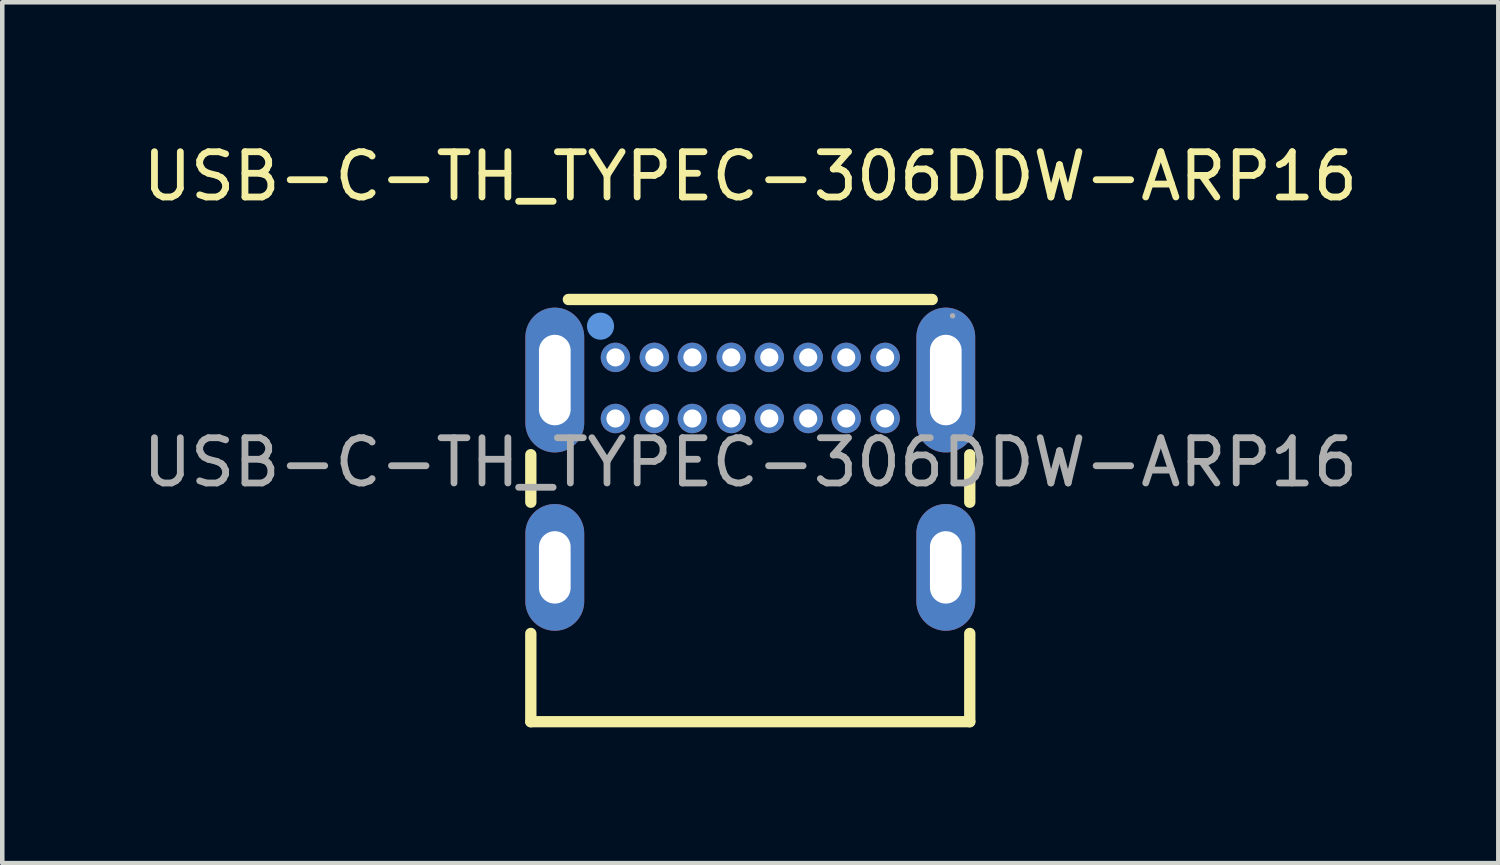
<source format=kicad_pcb>
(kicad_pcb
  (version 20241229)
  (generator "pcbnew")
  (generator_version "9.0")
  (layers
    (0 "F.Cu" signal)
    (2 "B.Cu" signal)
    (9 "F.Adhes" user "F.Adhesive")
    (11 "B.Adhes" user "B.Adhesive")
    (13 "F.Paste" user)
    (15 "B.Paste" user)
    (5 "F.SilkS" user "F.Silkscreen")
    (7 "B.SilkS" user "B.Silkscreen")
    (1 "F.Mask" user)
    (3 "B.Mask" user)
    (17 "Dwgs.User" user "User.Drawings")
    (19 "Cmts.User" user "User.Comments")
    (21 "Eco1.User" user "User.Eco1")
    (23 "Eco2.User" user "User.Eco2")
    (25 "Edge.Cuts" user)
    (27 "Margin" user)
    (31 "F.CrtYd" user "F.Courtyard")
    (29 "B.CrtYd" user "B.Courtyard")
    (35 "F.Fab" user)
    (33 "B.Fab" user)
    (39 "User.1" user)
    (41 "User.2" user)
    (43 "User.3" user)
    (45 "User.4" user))
  (footprint "USB-C-TH_TYPEC-306DDW-ARP16"
    (layer "F.Cu")
    (at 13.53 7.168)
    (property "Reference" "USB-C-TH_TYPEC-306DDW-ARP16" (at 0 -6.32 0) (layer "F.SilkS") (effects (font (size 1 1) (thickness 0.15))))
    (attr through_hole)
    (fp_line (start -4.85 0.88) (end -4.85 -0.17) (stroke (width 0.25) (type solid)) (layer "F.SilkS"))
    (fp_line (start -4.85 5.73) (end -4.85 3.78) (stroke (width 0.25) (type solid)) (layer "F.SilkS"))
    (fp_line (start -4.85 5.73) (end 4.85 5.73) (stroke (width 0.25) (type solid)) (layer "F.SilkS"))
    (fp_line (start -4.02 -3.6) (end 4.02 -3.6) (stroke (width 0.25) (type solid)) (layer "F.SilkS"))
    (fp_line (start 4.85 0.88) (end 4.85 -0.17) (stroke (width 0.25) (type solid)) (layer "F.SilkS"))
    (fp_line (start 4.85 5.73) (end 4.85 3.78) (stroke (width 0.25) (type solid)) (layer "F.SilkS"))
    (fp_circle (center -3.31 -3.01) (end -3.16 -3.01) (stroke (width 0.3) (type solid)) (fill no) (layer "Cmts.User"))
    (fp_circle (center -2.98 -2.32) (end -2.93 -2.32) (stroke (width 0.1) (type solid)) (fill no) (layer "F.Fab"))
    (fp_circle (center -2.98 -0.97) (end -2.93 -0.97) (stroke (width 0.1) (type solid)) (fill no) (layer "F.Fab"))
    (fp_circle (center -2.12 -2.32) (end -2.07 -2.32) (stroke (width 0.1) (type solid)) (fill no) (layer "F.Fab"))
    (fp_circle (center -2.12 -0.97) (end -2.07 -0.97) (stroke (width 0.1) (type solid)) (fill no) (layer "F.Fab"))
    (fp_circle (center -1.28 -2.32) (end -1.23 -2.32) (stroke (width 0.1) (type solid)) (fill no) (layer "F.Fab"))
    (fp_circle (center -1.28 -0.97) (end -1.23 -0.97) (stroke (width 0.1) (type solid)) (fill no) (layer "F.Fab"))
    (fp_circle (center -0.42 -2.32) (end -0.37 -2.32) (stroke (width 0.1) (type solid)) (fill no) (layer "F.Fab"))
    (fp_circle (center -0.42 -0.97) (end -0.37 -0.97) (stroke (width 0.1) (type solid)) (fill no) (layer "F.Fab"))
    (fp_circle (center 0.42 -2.32) (end 0.47 -2.32) (stroke (width 0.1) (type solid)) (fill no) (layer "F.Fab"))
    (fp_circle (center 0.42 -0.97) (end 0.47 -0.97) (stroke (width 0.1) (type solid)) (fill no) (layer "F.Fab"))
    (fp_circle (center 1.28 -2.32) (end 1.33 -2.32) (stroke (width 0.1) (type solid)) (fill no) (layer "F.Fab"))
    (fp_circle (center 1.28 -0.97) (end 1.33 -0.97) (stroke (width 0.1) (type solid)) (fill no) (layer "F.Fab"))
    (fp_circle (center 2.12 -2.32) (end 2.17 -2.32) (stroke (width 0.1) (type solid)) (fill no) (layer "F.Fab"))
    (fp_circle (center 2.12 -0.97) (end 2.17 -0.97) (stroke (width 0.1) (type solid)) (fill no) (layer "F.Fab"))
    (fp_circle (center 2.98 -2.32) (end 3.03 -2.32) (stroke (width 0.1) (type solid)) (fill no) (layer "F.Fab"))
    (fp_circle (center 2.98 -0.97) (end 3.03 -0.97) (stroke (width 0.1) (type solid)) (fill no) (layer "F.Fab"))
    (fp_circle (center 4.47 -3.24) (end 4.5 -3.24) (stroke (width 0.06) (type solid)) (fill no) (layer "F.Fab"))
    (fp_text user "${REFERENCE}" (at 0 0 0) (layer "F.Fab") (effects (font (size 1 1) (thickness 0.15))))
    (pad "17" thru_hole oval (at 4.32 -1.82) (size 1.3 3.2) (drill oval 0.7 2) (layers "*.Cu" "*.Mask"))
    (pad "18" thru_hole oval (at 4.32 2.32) (size 1.3 2.8) (drill oval 0.7 1.6) (layers "*.Cu" "*.Mask"))
    (pad "19" thru_hole oval (at -4.32 2.32) (size 1.3 2.8) (drill oval 0.7 1.6) (layers "*.Cu" "*.Mask"))
    (pad "20" thru_hole oval (at -4.32 -1.82) (size 1.3 3.2) (drill oval 0.7 2) (layers "*.Cu" "*.Mask"))
    (pad "A1" thru_hole circle (at -2.98 -2.32) (size 0.65 0.65) (drill 0.4) (layers "*.Cu" "*.Mask"))
    (pad "A4" thru_hole circle (at -2.12 -2.32) (size 0.65 0.65) (drill 0.4) (layers "*.Cu" "*.Mask"))
    (pad "A5" thru_hole circle (at -1.28 -2.32) (size 0.65 0.65) (drill 0.4) (layers "*.Cu" "*.Mask"))
    (pad "A6" thru_hole circle (at -0.42 -2.32) (size 0.65 0.65) (drill 0.4) (layers "*.Cu" "*.Mask"))
    (pad "A7" thru_hole circle (at 0.42 -2.32) (size 0.65 0.65) (drill 0.4) (layers "*.Cu" "*.Mask"))
    (pad "A8" thru_hole circle (at 1.28 -2.32) (size 0.65 0.65) (drill 0.4) (layers "*.Cu" "*.Mask"))
    (pad "A9" thru_hole circle (at 2.12 -2.32) (size 0.65 0.65) (drill 0.4) (layers "*.Cu" "*.Mask"))
    (pad "A12" thru_hole circle (at 2.98 -2.32) (size 0.65 0.65) (drill 0.4) (layers "*.Cu" "*.Mask"))
    (pad "B1" thru_hole circle (at 2.98 -0.97) (size 0.65 0.65) (drill 0.4) (layers "*.Cu" "*.Mask"))
    (pad "B4" thru_hole circle (at 2.12 -0.97) (size 0.65 0.65) (drill 0.4) (layers "*.Cu" "*.Mask"))
    (pad "B5" thru_hole circle (at 1.28 -0.97) (size 0.65 0.65) (drill 0.4) (layers "*.Cu" "*.Mask"))
    (pad "B6" thru_hole circle (at 0.42 -0.97) (size 0.65 0.65) (drill 0.4) (layers "*.Cu" "*.Mask"))
    (pad "B7" thru_hole circle (at -0.42 -0.97) (size 0.65 0.65) (drill 0.4) (layers "*.Cu" "*.Mask"))
    (pad "B8" thru_hole circle (at -1.28 -0.97) (size 0.65 0.65) (drill 0.4) (layers "*.Cu" "*.Mask"))
    (pad "B9" thru_hole circle (at -2.12 -0.97) (size 0.65 0.65) (drill 0.4) (layers "*.Cu" "*.Mask"))
    (pad "B12" thru_hole circle (at -2.98 -0.97) (size 0.65 0.65) (drill 0.4) (layers "*.Cu" "*.Mask")))
  (gr_rect
    (start -3 -3)
    (end 30.06 16.023)
    (stroke (width 0.1) (type default))
    (fill no)
    (layer "Edge.Cuts")))
</source>
